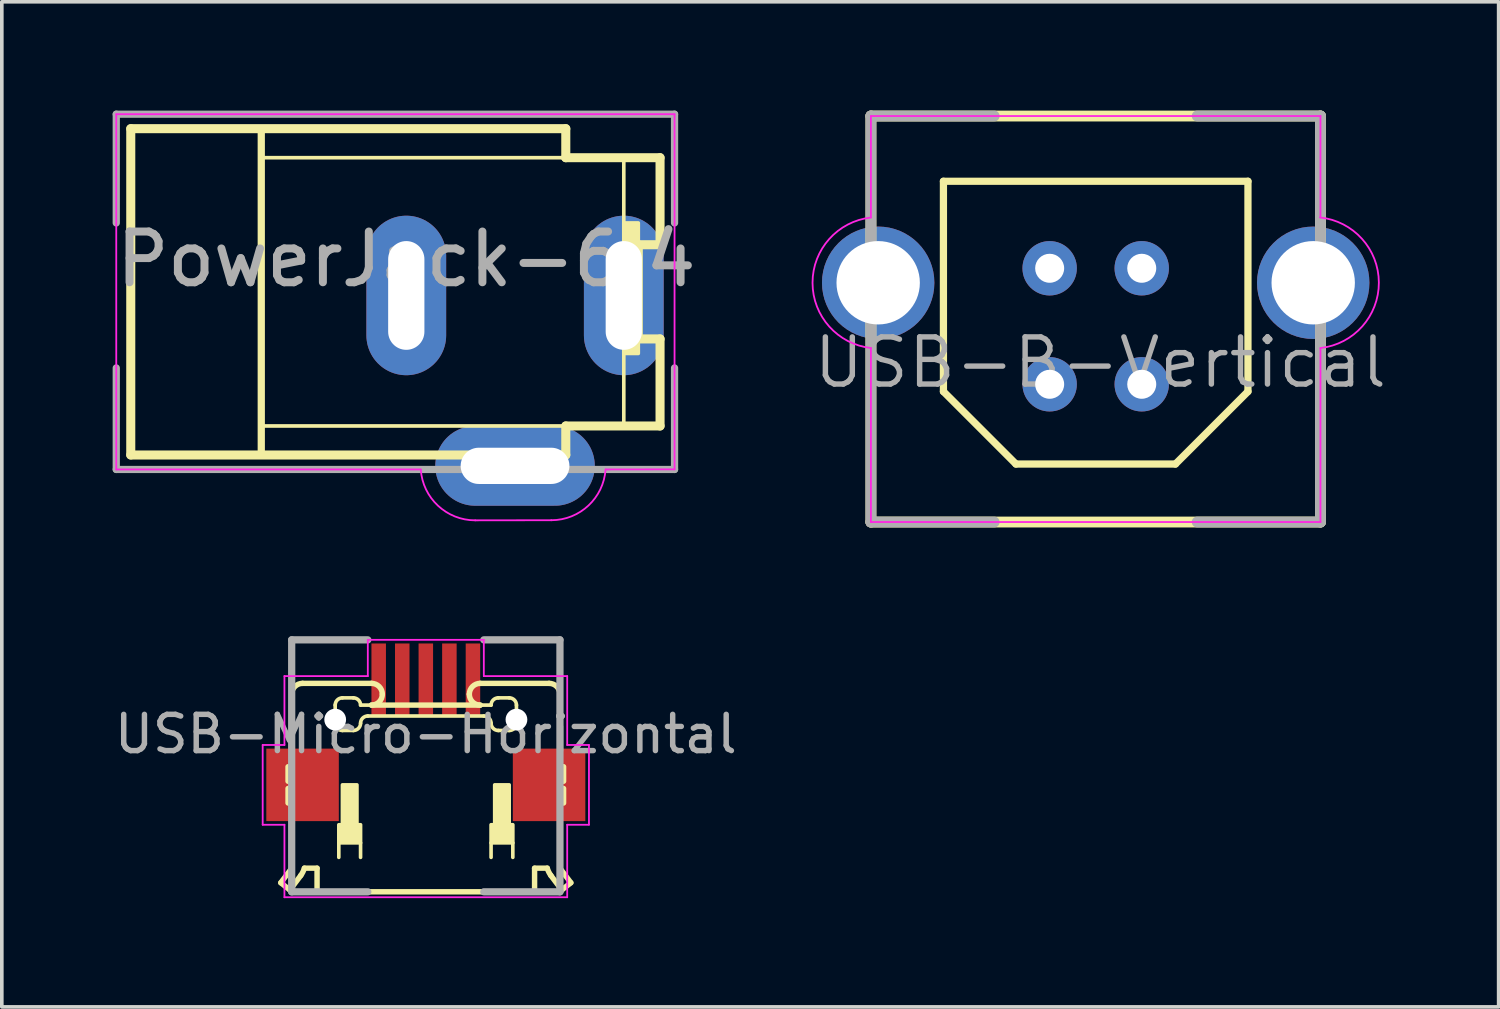
<source format=kicad_pcb>
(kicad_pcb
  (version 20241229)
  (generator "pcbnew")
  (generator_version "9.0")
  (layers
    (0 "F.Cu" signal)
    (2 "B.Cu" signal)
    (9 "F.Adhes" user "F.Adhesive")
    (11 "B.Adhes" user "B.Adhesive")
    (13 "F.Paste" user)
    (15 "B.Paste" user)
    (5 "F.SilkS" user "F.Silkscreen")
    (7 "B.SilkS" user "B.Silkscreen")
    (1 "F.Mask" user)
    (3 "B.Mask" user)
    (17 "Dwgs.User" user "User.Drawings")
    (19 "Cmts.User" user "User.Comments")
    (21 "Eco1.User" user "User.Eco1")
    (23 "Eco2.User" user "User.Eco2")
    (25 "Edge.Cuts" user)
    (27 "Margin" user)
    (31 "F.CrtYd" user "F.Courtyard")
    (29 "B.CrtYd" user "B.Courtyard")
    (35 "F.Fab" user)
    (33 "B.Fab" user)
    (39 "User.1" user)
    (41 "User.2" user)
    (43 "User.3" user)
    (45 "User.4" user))
  (footprint "USB-B-Vertical"
    (layer "F.Cu")
    (at 27.174 5.95)
    (property "Reference" "USB-B-Vertical" (at 0.127 1 0) (layer "F.Fab") (effects (font (size 1.3 1.3) (thickness 0.15))))
    (attr through_hole)
    (fp_line (start -6.2 -5.8) (end -6.2 5.4) (stroke (width 0.3) (type solid)) (layer "F.SilkS"))
    (fp_line (start -4.2 -4) (end -4.2 1.8) (stroke (width 0.2) (type solid)) (layer "F.SilkS"))
    (fp_line (start -4.2 -4) (end 4.2 -4) (stroke (width 0.2) (type solid)) (layer "F.SilkS"))
    (fp_line (start -2.2 3.8) (end -4.2 1.8) (stroke (width 0.2) (type solid)) (layer "F.SilkS"))
    (fp_line (start -2.2 3.8) (end 2.2 3.8) (stroke (width 0.2) (type solid)) (layer "F.SilkS"))
    (fp_line (start 4.2 -4) (end 4.2 1.8) (stroke (width 0.2) (type solid)) (layer "F.SilkS"))
    (fp_line (start 4.2 1.8) (end 2.2 3.8) (stroke (width 0.2) (type solid)) (layer "F.SilkS"))
    (fp_line (start 6.2 -5.8) (end -6.2 -5.8) (stroke (width 0.3) (type solid)) (layer "F.SilkS"))
    (fp_line (start 6.2 -5.8) (end 6.2 5.4) (stroke (width 0.3) (type solid)) (layer "F.SilkS"))
    (fp_line (start 6.2 5.4) (end -6.2 5.4) (stroke (width 0.3) (type solid)) (layer "F.SilkS"))
    (fp_line (start -6.2 -5.8) (end -6.2 -3) (stroke (width 0.05) (type solid)) (layer "F.CrtYd"))
    (fp_line (start -6.2 -5.8) (end 6.2 -5.8) (stroke (width 0.05) (type solid)) (layer "F.CrtYd"))
    (fp_line (start -6.2 0.6) (end -6.2 5.4) (stroke (width 0.05) (type solid)) (layer "F.CrtYd"))
    (fp_line (start -6.2 5.4) (end 6.2 5.4) (stroke (width 0.05) (type solid)) (layer "F.CrtYd"))
    (fp_line (start 6.2 -5.8) (end 6.2 -3) (stroke (width 0.05) (type solid)) (layer "F.CrtYd"))
    (fp_line (start 6.2 0.6) (end 6.2 5.4) (stroke (width 0.05) (type solid)) (layer "F.CrtYd"))
    (fp_arc (start -6.2 0.6) (mid -7.811077 -1.2) (end -6.2 -3) (stroke (width 0.05) (type solid)) (layer "F.CrtYd"))
    (fp_arc (start 6.189852 -3.001099) (mid 7.81107 -1.205104) (end 6.2 0.6) (stroke (width 0.05) (type solid)) (layer "F.CrtYd"))
    (fp_line (start -6.2 -5.8) (end -6.2 5.4) (stroke (width 0.3) (type solid)) (layer "F.Fab"))
    (fp_line (start -2.8 -5.8) (end -6.2 -5.8) (stroke (width 0.3) (type solid)) (layer "F.Fab"))
    (fp_line (start -2.8 5.4) (end -6.2 5.4) (stroke (width 0.3) (type solid)) (layer "F.Fab"))
    (fp_line (start 6.2 -5.8) (end 2.8 -5.8) (stroke (width 0.3) (type solid)) (layer "F.Fab"))
    (fp_line (start 6.2 -5.8) (end 6.2 5.4) (stroke (width 0.3) (type solid)) (layer "F.Fab"))
    (fp_line (start 6.2 5.4) (end 2.8 5.4) (stroke (width 0.3) (type solid)) (layer "F.Fab"))
    (pad "0" thru_hole circle (at -6 -1.2 180) (size 3.1 3.1) (drill 2.3) (layers "*.Cu" "*.Mask"))
    (pad "0" thru_hole circle (at 6 -1.2 180) (size 3.1 3.1) (drill 2.3) (layers "*.Cu" "*.Mask"))
    (pad "1" thru_hole circle (at 1.27 -1.6 180) (size 1.5 1.5) (drill 0.8) (layers "*.Cu" "*.Mask"))
    (pad "2" thru_hole circle (at -1.27 -1.6 180) (size 1.5 1.5) (drill 0.8) (layers "*.Cu" "*.Mask"))
    (pad "3" thru_hole circle (at -1.27 1.6 180) (size 1.5 1.5) (drill 0.8) (layers "*.Cu" "*.Mask"))
    (pad "4" thru_hole circle (at 1.27 1.6 180) (size 1.5 1.5) (drill 0.8) (layers "*.Cu" "*.Mask")))
  (footprint "PowerJack-6.4"
    (layer "F.Cu")
    (at 14.157 5.1)
    (property "Reference" "PowerJack-6.4" (at -6 -1 0) (layer "F.Fab") (effects (font (size 1.4 1.4) (thickness 0.22))))
    (attr through_hole)
    (fp_line (start -13.6 -4.6) (end -1.6 -4.6) (stroke (width 0.25) (type solid)) (layer "F.SilkS"))
    (fp_line (start -13.6 4.4) (end -13.6 -4.6) (stroke (width 0.25) (type solid)) (layer "F.SilkS"))
    (fp_line (start -10 -4.6) (end -10 4.4) (stroke (width 0.2) (type solid)) (layer "F.SilkS"))
    (fp_line (start -10 -3.8) (end -1.6 -3.8) (stroke (width 0.1) (type solid)) (layer "F.SilkS"))
    (fp_line (start -10 3.6) (end -1.6 3.6) (stroke (width 0.1) (type solid)) (layer "F.SilkS"))
    (fp_line (start -1.6 -4.6) (end -1.6 -3.8) (stroke (width 0.25) (type solid)) (layer "F.SilkS"))
    (fp_line (start -1.6 -3.8) (end 1 -3.8) (stroke (width 0.25) (type solid)) (layer "F.SilkS"))
    (fp_line (start -1.6 3.6) (end -1.6 4.4) (stroke (width 0.25) (type solid)) (layer "F.SilkS"))
    (fp_line (start -1.6 3.6) (end 1 3.6) (stroke (width 0.25) (type solid)) (layer "F.SilkS"))
    (fp_line (start -1.6 4.4) (end -13.6 4.4) (stroke (width 0.25) (type solid)) (layer "F.SilkS"))
    (fp_line (start 0 3.6) (end 0 -3.8) (stroke (width 0.1) (type solid)) (layer "F.SilkS"))
    (fp_line (start 0.4 -1.4) (end 1 -1.4) (stroke (width 0.25) (type solid)) (layer "F.SilkS"))
    (fp_line (start 0.4 1.2) (end 0.4 -1.4) (stroke (width 0.25) (type solid)) (layer "F.SilkS"))
    (fp_line (start 0.4 1.2) (end 1 1.2) (stroke (width 0.25) (type solid)) (layer "F.SilkS"))
    (fp_line (start 1 -3.8) (end 1 -1.4) (stroke (width 0.25) (type solid)) (layer "F.SilkS"))
    (fp_line (start 1 1.2) (end 1 3.6) (stroke (width 0.25) (type solid)) (layer "F.SilkS"))
    (fp_poly (pts (xy 0.4 1.6) (xy 0 1.6) (xy 0 -2) (xy 0.4 -2)) (stroke (width 0.1) (type solid)) (fill yes) (layer "F.SilkS"))
    (fp_line (start -14 -5) (end 1.4 -5) (stroke (width 0.05) (type solid)) (layer "F.CrtYd"))
    (fp_line (start -14 4.8) (end -14 -5) (stroke (width 0.05) (type solid)) (layer "F.CrtYd"))
    (fp_line (start -5.6 4.8) (end -14 4.8) (stroke (width 0.05) (type solid)) (layer "F.CrtYd"))
    (fp_line (start -2 6.2) (end -4.1 6.203) (stroke (width 0.05) (type solid)) (layer "F.CrtYd"))
    (fp_line (start -0.497 4.8) (end 1.4 4.797) (stroke (width 0.05) (type solid)) (layer "F.CrtYd"))
    (fp_line (start 1.4 -5) (end 1.4 4.797) (stroke (width 0.05) (type solid)) (layer "F.CrtYd"))
    (fp_arc (start -4.099632 6.203329) (mid -5.126916 5.797926) (end -5.599999 4.799999) (stroke (width 0.05) (type solid)) (layer "F.CrtYd"))
    (fp_arc (start -0.503298 4.799411) (mid -0.97509 5.795243) (end -2 6.2) (stroke (width 0.05) (type solid)) (layer "F.CrtYd"))
    (fp_line (start -14 -5) (end -14 -2) (stroke (width 0.2) (type solid)) (layer "F.Fab"))
    (fp_line (start -14 -5) (end 1.4 -5) (stroke (width 0.2) (type solid)) (layer "F.Fab"))
    (fp_line (start -14 2) (end -14 4.8) (stroke (width 0.2) (type solid)) (layer "F.Fab"))
    (fp_line (start -14 4.8) (end 1.4 4.8) (stroke (width 0.2) (type solid)) (layer "F.Fab"))
    (fp_line (start 1.4 -2) (end 1.4 -5) (stroke (width 0.2) (type solid)) (layer "F.Fab"))
    (fp_line (start 1.4 4.8) (end 1.4 2) (stroke (width 0.2) (type solid)) (layer "F.Fab"))
    (pad "1" thru_hole oval (at 0 0) (size 2.2 4.4) (drill oval 1 3) (layers "*.Cu" "*.Mask"))
    (pad "2" thru_hole oval (at -6 0) (size 2.2 4.4) (drill oval 1 3) (layers "*.Cu" "*.Mask"))
    (pad "3" thru_hole oval (at -3 4.7) (size 4.4 2.2) (drill oval 3 1) (layers "*.Cu" "*.Mask")))
  (footprint "USB-Micro-Horizontal"
    (layer "F.Cu")
    (at 8.696 15.7)
    (property "Reference" "USB-Micro-Horizontal" (at 0 1.5 180) (layer "F.Fab") (effects (font (size 1 1) (thickness 0.15))))
    (attr smd)
    (fp_line (start -4 5.6) (end -3.75 5.8) (stroke (width 0.15) (type solid)) (layer "F.SilkS"))
    (fp_line (start -3.7 0.4) (end -3.7 5.2) (stroke (width 0.15) (type solid)) (layer "F.SilkS"))
    (fp_line (start -3.7 5.2) (end -4 5.6) (stroke (width 0.15) (type solid)) (layer "F.SilkS"))
    (fp_line (start -3.45 5.4) (end -3.75 5.8) (stroke (width 0.15) (type solid)) (layer "F.SilkS"))
    (fp_line (start -3.4 0.1) (end -1.5 0.1) (stroke (width 0.15) (type solid)) (layer "F.SilkS"))
    (fp_line (start -3 5.198) (end -3.349 5.198) (stroke (width 0.15) (type solid)) (layer "F.SilkS"))
    (fp_line (start -3 5.85) (end -3 5.2) (stroke (width 0.15) (type solid)) (layer "F.SilkS"))
    (fp_line (start -2.5 1.2) (end -2.5 0.7) (stroke (width 0.1) (type solid)) (layer "F.SilkS"))
    (fp_line (start -2.4 4.5) (end -2.4 4.9) (stroke (width 0.1) (type solid)) (layer "F.SilkS"))
    (fp_line (start -2 0.5) (end -2.3 0.5) (stroke (width 0.1) (type solid)) (layer "F.SilkS"))
    (fp_line (start -2 1.4) (end -2.3 1.4) (stroke (width 0.1) (type solid)) (layer "F.SilkS"))
    (fp_line (start -1.8 0.7) (end -1.5 0.7) (stroke (width 0.1) (type solid)) (layer "F.SilkS"))
    (fp_line (start -1.8 4.5) (end -1.8 4.9) (stroke (width 0.1) (type solid)) (layer "F.SilkS"))
    (fp_line (start -1.6 1) (end 1.6 1) (stroke (width 0.1) (type solid)) (layer "F.SilkS"))
    (fp_line (start -1.5 0.7) (end 1.5 0.7) (stroke (width 0.15) (type solid)) (layer "F.SilkS"))
    (fp_line (start 1.5 0.1) (end 3.4 0.1) (stroke (width 0.15) (type solid)) (layer "F.SilkS"))
    (fp_line (start 1.5 0.7) (end 1.8 0.7) (stroke (width 0.1) (type solid)) (layer "F.SilkS"))
    (fp_line (start 1.8 4.5) (end 1.8 4.9) (stroke (width 0.1) (type solid)) (layer "F.SilkS"))
    (fp_line (start 2 0.5) (end 2.3 0.5) (stroke (width 0.1) (type solid)) (layer "F.SilkS"))
    (fp_line (start 2 1.4) (end 2.3 1.4) (stroke (width 0.1) (type solid)) (layer "F.SilkS"))
    (fp_line (start 2.4 4.5) (end 2.4 4.9) (stroke (width 0.1) (type solid)) (layer "F.SilkS"))
    (fp_line (start 2.5 0.7) (end 2.5 1.2) (stroke (width 0.1) (type solid)) (layer "F.SilkS"))
    (fp_line (start 3 5.198) (end 3.349 5.198) (stroke (width 0.15) (type solid)) (layer "F.SilkS"))
    (fp_line (start 3 5.85) (end -3 5.85) (stroke (width 0.15) (type solid)) (layer "F.SilkS"))
    (fp_line (start 3 5.85) (end 3 5.2) (stroke (width 0.15) (type solid)) (layer "F.SilkS"))
    (fp_line (start 3.45 5.4) (end 3.75 5.8) (stroke (width 0.15) (type solid)) (layer "F.SilkS"))
    (fp_line (start 3.7 0.4) (end 3.7 5.2) (stroke (width 0.15) (type solid)) (layer "F.SilkS"))
    (fp_line (start 3.7 5.2) (end 4 5.6) (stroke (width 0.15) (type solid)) (layer "F.SilkS"))
    (fp_line (start 4 5.6) (end 3.75 5.8) (stroke (width 0.15) (type solid)) (layer "F.SilkS"))
    (fp_arc (start -3.7 0.4) (mid -3.612132 0.187868) (end -3.4 0.1) (stroke (width 0.15) (type solid)) (layer "F.SilkS"))
    (fp_arc (start -3.349367 5.197932) (mid -3.391241 5.303171) (end -3.45 5.4) (stroke (width 0.15) (type solid)) (layer "F.SilkS"))
    (fp_arc (start -2.5 0.7) (mid -2.441421 0.558579) (end -2.3 0.5) (stroke (width 0.1) (type solid)) (layer "F.SilkS"))
    (fp_arc (start -2.3 1.4) (mid -2.441421 1.341421) (end -2.5 1.2) (stroke (width 0.1) (type solid)) (layer "F.SilkS"))
    (fp_arc (start -2 0.5) (mid -1.858579 0.558579) (end -1.8 0.7) (stroke (width 0.1) (type solid)) (layer "F.SilkS"))
    (fp_arc (start -1.8 1.2) (mid -1.858579 1.341421) (end -2 1.4) (stroke (width 0.1) (type solid)) (layer "F.SilkS"))
    (fp_arc (start -1.8 1.2) (mid -1.741421 1.058579) (end -1.6 1) (stroke (width 0.1) (type solid)) (layer "F.SilkS"))
    (fp_arc (start -1.5 0.1) (mid -1.287868 0.187868) (end -1.2 0.4) (stroke (width 0.15) (type solid)) (layer "F.SilkS"))
    (fp_arc (start -1.2 0.4) (mid -1.287868 0.612132) (end -1.5 0.7) (stroke (width 0.15) (type solid)) (layer "F.SilkS"))
    (fp_arc (start 1.2 0.4) (mid 1.287868 0.187868) (end 1.5 0.1) (stroke (width 0.15) (type solid)) (layer "F.SilkS"))
    (fp_arc (start 1.5 0.7) (mid 1.287868 0.612132) (end 1.2 0.4) (stroke (width 0.15) (type solid)) (layer "F.SilkS"))
    (fp_arc (start 1.6 1) (mid 1.741421 1.058579) (end 1.8 1.2) (stroke (width 0.1) (type solid)) (layer "F.SilkS"))
    (fp_arc (start 1.8 0.7) (mid 1.858579 0.558579) (end 2 0.5) (stroke (width 0.1) (type solid)) (layer "F.SilkS"))
    (fp_arc (start 2 1.4) (mid 1.858579 1.341421) (end 1.8 1.2) (stroke (width 0.1) (type solid)) (layer "F.SilkS"))
    (fp_arc (start 2.3 0.5) (mid 2.441421 0.558579) (end 2.5 0.7) (stroke (width 0.1) (type solid)) (layer "F.SilkS"))
    (fp_arc (start 2.5 1.2) (mid 2.441421 1.341421) (end 2.3 1.4) (stroke (width 0.1) (type solid)) (layer "F.SilkS"))
    (fp_arc (start 3.4 0.1) (mid 3.612132 0.187868) (end 3.7 0.4) (stroke (width 0.15) (type solid)) (layer "F.SilkS"))
    (fp_arc (start 3.45 5.4) (mid 3.391259 5.303207) (end 3.349391 5.19801) (stroke (width 0.15) (type solid)) (layer "F.SilkS"))
    (fp_poly (pts (xy -3.7 2.8) (xy -3.8 2.8) (xy -3.8 2.4) (xy -3.7 2.4)) (stroke (width 0.15) (type solid)) (fill yes) (layer "F.SilkS"))
    (fp_poly (pts (xy -3.7 3.4) (xy -3.8 3.4) (xy -3.8 3) (xy -3.7 3)) (stroke (width 0.15) (type solid)) (fill yes) (layer "F.SilkS"))
    (fp_poly (pts (xy 3.8 2.8) (xy 3.7 2.8) (xy 3.7 2.4) (xy 3.8 2.4)) (stroke (width 0.15) (type solid)) (fill yes) (layer "F.SilkS"))
    (fp_poly (pts (xy 3.8 3.4) (xy 3.7 3.4) (xy 3.7 3) (xy 3.8 3)) (stroke (width 0.15) (type solid)) (fill yes) (layer "F.SilkS"))
    (fp_poly (pts (xy -1.9 4) (xy -1.8 4) (xy -1.8 4.5) (xy -2.4 4.5) (xy -2.4 4) (xy -2.3 4) (xy -2.3 2.9) (xy -1.9 2.9)) (stroke (width 0.1) (type solid)) (fill yes) (layer "F.SilkS"))
    (fp_poly (pts (xy 2.3 4) (xy 2.4 4) (xy 2.4 4.5) (xy 1.8 4.5) (xy 1.8 4) (xy 1.9 4) (xy 1.9 2.9) (xy 2.3 2.9)) (stroke (width 0.1) (type solid)) (fill yes) (layer "F.SilkS"))
    (fp_line (start -4.5 1.8) (end -4.5 4) (stroke (width 0.05) (type solid)) (layer "F.CrtYd"))
    (fp_line (start -3.9 1.8) (end -4.5 1.8) (stroke (width 0.05) (type solid)) (layer "F.CrtYd"))
    (fp_line (start -3.9 1.8) (end -3.9 -0.1) (stroke (width 0.05) (type solid)) (layer "F.CrtYd"))
    (fp_line (start -3.9 4) (end -4.5 4) (stroke (width 0.05) (type solid)) (layer "F.CrtYd"))
    (fp_line (start -3.9 6) (end -3.9 4) (stroke (width 0.05) (type solid)) (layer "F.CrtYd"))
    (fp_line (start -1.6 -1.1) (end -1.6 -0.1) (stroke (width 0.05) (type solid)) (layer "F.CrtYd"))
    (fp_line (start -1.6 -1.1) (end 1.6 -1.1) (stroke (width 0.05) (type solid)) (layer "F.CrtYd"))
    (fp_line (start -1.6 -0.1) (end -3.9 -0.1) (stroke (width 0.05) (type solid)) (layer "F.CrtYd"))
    (fp_line (start 1.6 -1.1) (end 1.6 -0.1) (stroke (width 0.05) (type solid)) (layer "F.CrtYd"))
    (fp_line (start 3.9 -0.1) (end 1.6 -0.1) (stroke (width 0.05) (type solid)) (layer "F.CrtYd"))
    (fp_line (start 3.9 1.8) (end 3.9 -0.1) (stroke (width 0.05) (type solid)) (layer "F.CrtYd"))
    (fp_line (start 3.9 1.8) (end 4.5 1.8) (stroke (width 0.05) (type solid)) (layer "F.CrtYd"))
    (fp_line (start 3.9 4) (end 4.5 4) (stroke (width 0.05) (type solid)) (layer "F.CrtYd"))
    (fp_line (start 3.9 6) (end -3.9 6) (stroke (width 0.05) (type solid)) (layer "F.CrtYd"))
    (fp_line (start 3.9 6) (end 3.9 4) (stroke (width 0.05) (type solid)) (layer "F.CrtYd"))
    (fp_line (start 4.5 4) (end 4.5 1.8) (stroke (width 0.05) (type solid)) (layer "F.CrtYd"))
    (fp_line (start -3.7 -1.1) (end -1.6 -1.1) (stroke (width 0.2) (type solid)) (layer "F.Fab"))
    (fp_line (start -3.7 5.85) (end -3.7 -1.1) (stroke (width 0.2) (type solid)) (layer "F.Fab"))
    (fp_line (start -3.7 5.85) (end -1.6 5.85) (stroke (width 0.2) (type solid)) (layer "F.Fab"))
    (fp_line (start 1.6 -1.1) (end 3.7 -1.1) (stroke (width 0.2) (type solid)) (layer "F.Fab"))
    (fp_line (start 1.6 5.85) (end 3.7 5.85) (stroke (width 0.2) (type solid)) (layer "F.Fab"))
    (fp_line (start 3.7 5.85) (end 3.7 -1.1) (stroke (width 0.2) (type solid)) (layer "F.Fab"))
    (pad "" np_thru_hole circle (at -2.5 1.1 90) (size 0.6 0.6) (drill 0.6) (layers "*.Cu" "*.Mask"))
    (pad "" smd rect (at 0.65 0 90) (size 2 0.4) (layers "F.Cu" "F.Mask" "F.Paste"))
    (pad "" np_thru_hole circle (at 2.5 1.1 90) (size 0.6 0.6) (drill 0.6) (layers "*.Cu" "*.Mask"))
    (pad "0" smd rect (at -3.4 2.9 90) (size 2 2) (layers "F.Cu" "F.Mask" "F.Paste"))
    (pad "0" smd rect (at 3.4 2.9 90) (size 2 2) (layers "F.Cu" "F.Mask" "F.Paste"))
    (pad "1" smd rect (at -1.3 0 90) (size 2 0.4) (layers "F.Cu" "F.Mask" "F.Paste"))
    (pad "2" smd rect (at -0.65 0 90) (size 2 0.4) (layers "F.Cu" "F.Mask" "F.Paste"))
    (pad "3" smd rect (at 0 0 90) (size 2 0.4) (layers "F.Cu" "F.Mask" "F.Paste"))
    (pad "4" smd rect (at 1.3 0 90) (size 2 0.4) (layers "F.Cu" "F.Mask" "F.Paste")))
  (gr_rect
    (start -3 -3)
    (end 38.289 24.725)
    (stroke (width 0.1) (type default))
    (fill no)
    (layer "Edge.Cuts")))
</source>
